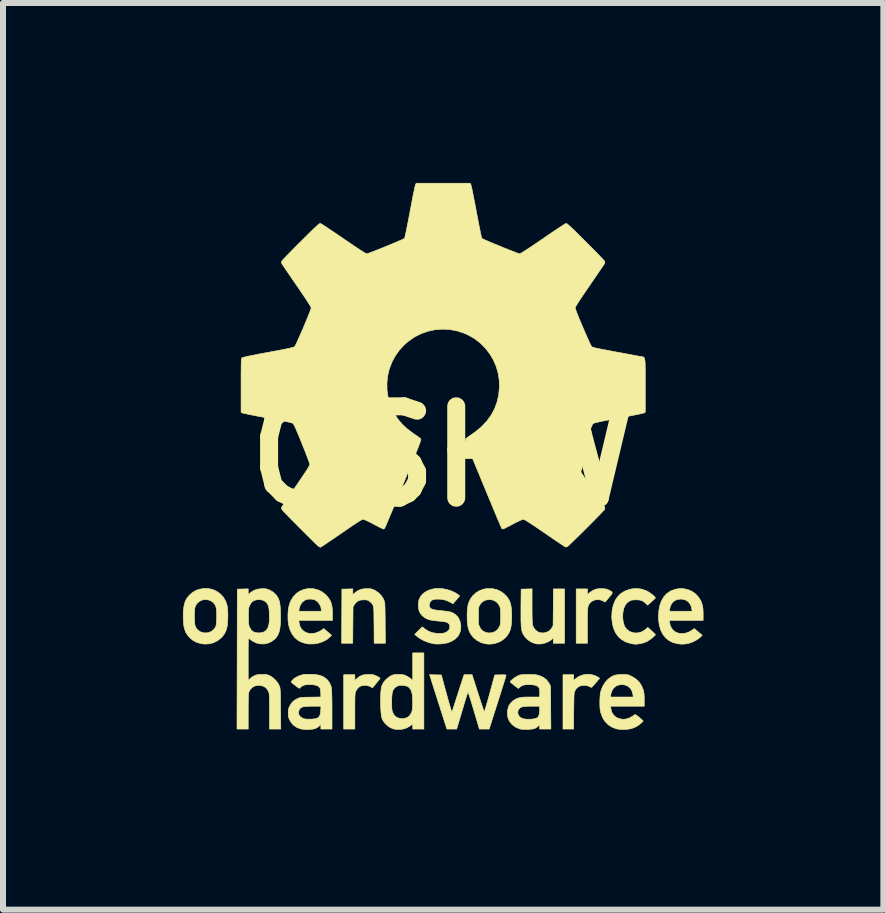
<source format=kicad_pcb>
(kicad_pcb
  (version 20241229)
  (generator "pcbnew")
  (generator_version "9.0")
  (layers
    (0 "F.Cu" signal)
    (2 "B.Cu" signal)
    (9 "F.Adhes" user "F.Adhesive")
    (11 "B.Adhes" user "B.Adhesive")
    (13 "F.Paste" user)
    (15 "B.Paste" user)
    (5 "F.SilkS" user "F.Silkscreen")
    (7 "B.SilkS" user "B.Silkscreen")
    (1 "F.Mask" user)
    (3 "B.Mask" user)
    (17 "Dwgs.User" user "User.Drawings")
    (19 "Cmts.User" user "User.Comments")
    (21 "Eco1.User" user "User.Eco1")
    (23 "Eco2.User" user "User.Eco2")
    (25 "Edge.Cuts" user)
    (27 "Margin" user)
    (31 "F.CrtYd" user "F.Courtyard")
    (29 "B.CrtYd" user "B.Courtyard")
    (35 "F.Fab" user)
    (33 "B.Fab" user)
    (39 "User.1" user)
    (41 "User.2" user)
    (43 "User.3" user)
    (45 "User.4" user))
  (footprint "OSHW"
    (layer "F.Cu")
    (at 4.34 4.56)
    (property "Reference" "OSHW" (at 0 0 0) (layer "F.SilkS") (effects (font (size 1.524 1.524) (thickness 0.3))))
    (attr through_hole)
    (fp_poly (pts (xy 2.456 3.636) (xy 2.52 3.651) (xy 2.57 3.675) (xy 2.609 3.7) (xy 2.544 3.776) (xy 2.518 3.806) (xy 2.496 3.83) (xy 2.481 3.847) (xy 2.473 3.852) (xy 2.463 3.849) (xy 2.443 3.84) (xy 2.434 3.835) (xy 2.398 3.823) (xy 2.354 3.819) (xy 2.311 3.821) (xy 2.276 3.832) (xy 2.275 3.832) (xy 2.24 3.853) (xy 2.215 3.879) (xy 2.198 3.907) (xy 2.194 3.917) (xy 2.19 3.927) (xy 2.187 3.94) (xy 2.184 3.957) (xy 2.182 3.98) (xy 2.181 4.011) (xy 2.18 4.052) (xy 2.179 4.105) (xy 2.178 4.171) (xy 2.177 4.244) (xy 2.175 4.547) (xy 1.998 4.547) (xy 1.998 3.641) (xy 2.176 3.641) (xy 2.176 3.736) (xy 2.207 3.708) (xy 2.262 3.67) (xy 2.324 3.646) (xy 2.39 3.634) (xy 2.456 3.636)) (stroke (width 0.01) (type solid)) (fill yes) (layer "F.SilkS"))
    (fp_poly (pts (xy -1.205 3.637) (xy -1.177 3.639) (xy -1.153 3.645) (xy -1.129 3.654) (xy -1.106 3.665) (xy -1.079 3.679) (xy -1.06 3.692) (xy -1.052 3.7) (xy -1.052 3.701) (xy -1.058 3.711) (xy -1.073 3.73) (xy -1.094 3.756) (xy -1.117 3.784) (xy -1.179 3.859) (xy -1.214 3.839) (xy -1.251 3.825) (xy -1.297 3.818) (xy -1.342 3.821) (xy -1.369 3.827) (xy -1.404 3.848) (xy -1.436 3.881) (xy -1.457 3.916) (xy -1.461 3.926) (xy -1.465 3.938) (xy -1.467 3.953) (xy -1.469 3.974) (xy -1.471 4.002) (xy -1.472 4.039) (xy -1.472 4.087) (xy -1.473 4.148) (xy -1.473 4.224) (xy -1.473 4.248) (xy -1.473 4.547) (xy -1.659 4.547) (xy -1.659 3.641) (xy -1.473 3.641) (xy -1.473 3.736) (xy -1.438 3.704) (xy -1.399 3.673) (xy -1.36 3.653) (xy -1.317 3.641) (xy -1.263 3.637) (xy -1.244 3.637) (xy -1.205 3.637)) (stroke (width 0.01) (type solid)) (fill yes) (layer "F.SilkS"))
    (fp_poly (pts (xy 2.637 2.206) (xy 2.677 2.207) (xy 2.707 2.21) (xy 2.731 2.216) (xy 2.757 2.227) (xy 2.761 2.229) (xy 2.792 2.245) (xy 2.811 2.257) (xy 2.819 2.27) (xy 2.816 2.286) (xy 2.802 2.308) (xy 2.777 2.339) (xy 2.765 2.353) (xy 2.7 2.429) (xy 2.661 2.408) (xy 2.614 2.392) (xy 2.565 2.388) (xy 2.518 2.398) (xy 2.475 2.419) (xy 2.445 2.448) (xy 2.435 2.463) (xy 2.426 2.477) (xy 2.419 2.494) (xy 2.414 2.513) (xy 2.411 2.539) (xy 2.408 2.572) (xy 2.406 2.613) (xy 2.405 2.667) (xy 2.405 2.733) (xy 2.405 2.813) (xy 2.405 2.825) (xy 2.405 3.116) (xy 2.218 3.116) (xy 2.218 2.21) (xy 2.405 2.21) (xy 2.405 2.305) (xy 2.436 2.277) (xy 2.462 2.258) (xy 2.495 2.238) (xy 2.514 2.228) (xy 2.541 2.217) (xy 2.566 2.21) (xy 2.596 2.207) (xy 2.637 2.206) (xy 2.637 2.206)) (stroke (width 0.01) (type solid)) (fill yes) (layer "F.SilkS"))
    (fp_poly (pts (xy 1.482 2.494) (xy 1.482 2.588) (xy 1.483 2.667) (xy 1.485 2.73) (xy 1.487 2.777) (xy 1.49 2.808) (xy 1.491 2.817) (xy 1.508 2.855) (xy 1.535 2.891) (xy 1.569 2.92) (xy 1.604 2.937) (xy 1.66 2.945) (xy 1.712 2.938) (xy 1.758 2.917) (xy 1.796 2.884) (xy 1.81 2.863) (xy 1.833 2.824) (xy 1.836 2.517) (xy 1.838 2.21) (xy 2.024 2.21) (xy 2.024 3.116) (xy 1.837 3.116) (xy 1.837 3.03) (xy 1.8 3.061) (xy 1.747 3.094) (xy 1.685 3.117) (xy 1.62 3.129) (xy 1.557 3.127) (xy 1.544 3.124) (xy 1.482 3.103) (xy 1.424 3.068) (xy 1.374 3.023) (xy 1.337 2.97) (xy 1.334 2.965) (xy 1.324 2.944) (xy 1.316 2.921) (xy 1.31 2.896) (xy 1.305 2.866) (xy 1.301 2.83) (xy 1.299 2.785) (xy 1.297 2.73) (xy 1.297 2.662) (xy 1.297 2.582) (xy 1.297 2.515) (xy 1.3 2.214) (xy 1.482 2.209) (xy 1.482 2.494)) (stroke (width 0.01) (type solid)) (fill yes) (layer "F.SilkS"))
    (fp_poly (pts (xy -1.235 2.206) (xy -1.207 2.209) (xy -1.183 2.215) (xy -1.157 2.226) (xy -1.141 2.233) (xy -1.082 2.271) (xy -1.033 2.32) (xy -0.996 2.378) (xy -0.989 2.394) (xy -0.984 2.407) (xy -0.98 2.419) (xy -0.977 2.433) (xy -0.974 2.45) (xy -0.972 2.473) (xy -0.971 2.502) (xy -0.97 2.54) (xy -0.969 2.589) (xy -0.968 2.649) (xy -0.967 2.724) (xy -0.967 2.779) (xy -0.964 3.116) (xy -1.151 3.116) (xy -1.153 2.813) (xy -1.154 2.733) (xy -1.155 2.669) (xy -1.155 2.618) (xy -1.156 2.578) (xy -1.158 2.547) (xy -1.16 2.525) (xy -1.162 2.508) (xy -1.165 2.496) (xy -1.169 2.485) (xy -1.174 2.476) (xy -1.175 2.474) (xy -1.195 2.447) (xy -1.221 2.422) (xy -1.229 2.415) (xy -1.252 2.402) (xy -1.273 2.395) (xy -1.301 2.392) (xy -1.324 2.392) (xy -1.378 2.396) (xy -1.419 2.41) (xy -1.453 2.436) (xy -1.477 2.468) (xy -1.503 2.509) (xy -1.508 3.116) (xy -1.693 3.116) (xy -1.689 2.214) (xy -1.598 2.212) (xy -1.507 2.209) (xy -1.507 2.304) (xy -1.47 2.274) (xy -1.424 2.241) (xy -1.379 2.22) (xy -1.33 2.209) (xy -1.274 2.206) (xy -1.235 2.206)) (stroke (width 0.01) (type solid)) (fill yes) (layer "F.SilkS"))
    (fp_poly (pts (xy -2.177 2.205) (xy -2.157 2.208) (xy -2.082 2.228) (xy -2.018 2.26) (xy -1.959 2.307) (xy -1.955 2.311) (xy -1.916 2.355) (xy -1.887 2.4) (xy -1.866 2.45) (xy -1.853 2.507) (xy -1.847 2.575) (xy -1.846 2.631) (xy -1.846 2.735) (xy -2.407 2.735) (xy -2.402 2.776) (xy -2.388 2.833) (xy -2.362 2.879) (xy -2.325 2.915) (xy -2.281 2.94) (xy -2.23 2.953) (xy -2.174 2.954) (xy -2.117 2.942) (xy -2.059 2.917) (xy -2.018 2.891) (xy -1.992 2.871) (xy -1.927 2.927) (xy -1.862 2.982) (xy -1.885 3.008) (xy -1.938 3.053) (xy -2.003 3.088) (xy -2.075 3.113) (xy -2.153 3.127) (xy -2.232 3.128) (xy -2.273 3.124) (xy -2.348 3.104) (xy -2.415 3.071) (xy -2.471 3.025) (xy -2.517 2.967) (xy -2.552 2.897) (xy -2.576 2.816) (xy -2.588 2.725) (xy -2.588 2.633) (xy -2.584 2.582) (xy -2.407 2.582) (xy -2.032 2.582) (xy -2.032 2.56) (xy -2.04 2.511) (xy -2.062 2.464) (xy -2.094 2.424) (xy -2.134 2.396) (xy -2.173 2.383) (xy -2.219 2.379) (xy -2.265 2.383) (xy -2.301 2.395) (xy -2.346 2.427) (xy -2.378 2.471) (xy -2.398 2.524) (xy -2.402 2.544) (xy -2.407 2.582) (xy -2.584 2.582) (xy -2.583 2.567) (xy -2.575 2.512) (xy -2.562 2.463) (xy -2.544 2.416) (xy -2.538 2.403) (xy -2.5 2.341) (xy -2.45 2.288) (xy -2.391 2.247) (xy -2.324 2.219) (xy -2.252 2.205) (xy -2.177 2.205)) (stroke (width 0.01) (type solid)) (fill yes) (layer "F.SilkS"))
    (fp_poly (pts (xy 4.017 2.207) (xy 4.087 2.224) (xy 4.152 2.253) (xy 4.21 2.295) (xy 4.259 2.348) (xy 4.298 2.412) (xy 4.319 2.471) (xy 4.328 2.509) (xy 4.333 2.555) (xy 4.335 2.611) (xy 4.335 2.631) (xy 4.335 2.735) (xy 3.776 2.735) (xy 3.776 2.763) (xy 3.783 2.81) (xy 3.803 2.857) (xy 3.833 2.897) (xy 3.833 2.898) (xy 3.876 2.93) (xy 3.926 2.949) (xy 3.982 2.955) (xy 4.041 2.948) (xy 4.1 2.928) (xy 4.156 2.895) (xy 4.162 2.891) (xy 4.187 2.871) (xy 4.254 2.928) (xy 4.32 2.984) (xy 4.279 3.022) (xy 4.23 3.058) (xy 4.171 3.09) (xy 4.108 3.114) (xy 4.064 3.124) (xy 4.015 3.13) (xy 3.973 3.131) (xy 3.928 3.127) (xy 3.903 3.123) (xy 3.828 3.103) (xy 3.762 3.069) (xy 3.706 3.022) (xy 3.661 2.963) (xy 3.626 2.892) (xy 3.603 2.81) (xy 3.591 2.717) (xy 3.59 2.674) (xy 3.596 2.574) (xy 3.599 2.558) (xy 3.776 2.558) (xy 3.776 2.582) (xy 4.151 2.582) (xy 4.146 2.544) (xy 4.131 2.487) (xy 4.103 2.441) (xy 4.065 2.407) (xy 4.017 2.386) (xy 3.962 2.379) (xy 3.907 2.386) (xy 3.86 2.406) (xy 3.825 2.436) (xy 3.803 2.467) (xy 3.786 2.506) (xy 3.777 2.546) (xy 3.776 2.558) (xy 3.599 2.558) (xy 3.613 2.485) (xy 3.641 2.407) (xy 3.68 2.341) (xy 3.73 2.287) (xy 3.791 2.246) (xy 3.797 2.243) (xy 3.87 2.216) (xy 3.944 2.204) (xy 4.017 2.207)) (stroke (width 0.01) (type solid)) (fill yes) (layer "F.SilkS"))
    (fp_poly (pts (xy 3.306 2.213) (xy 3.378 2.237) (xy 3.399 2.247) (xy 3.431 2.265) (xy 3.463 2.287) (xy 3.493 2.31) (xy 3.517 2.331) (xy 3.533 2.349) (xy 3.538 2.361) (xy 3.538 2.362) (xy 3.531 2.371) (xy 3.513 2.388) (xy 3.489 2.41) (xy 3.472 2.426) (xy 3.409 2.481) (xy 3.379 2.452) (xy 3.346 2.424) (xy 3.314 2.406) (xy 3.278 2.396) (xy 3.234 2.392) (xy 3.217 2.392) (xy 3.177 2.393) (xy 3.148 2.397) (xy 3.124 2.404) (xy 3.11 2.411) (xy 3.068 2.44) (xy 3.036 2.48) (xy 3.013 2.53) (xy 2.999 2.594) (xy 2.997 2.606) (xy 2.993 2.669) (xy 2.998 2.733) (xy 3.01 2.791) (xy 3.026 2.836) (xy 3.058 2.881) (xy 3.1 2.914) (xy 3.149 2.936) (xy 3.202 2.945) (xy 3.257 2.942) (xy 3.311 2.926) (xy 3.361 2.896) (xy 3.373 2.887) (xy 3.412 2.852) (xy 3.475 2.909) (xy 3.502 2.934) (xy 3.523 2.954) (xy 3.536 2.968) (xy 3.539 2.972) (xy 3.533 2.984) (xy 3.515 3.001) (xy 3.49 3.023) (xy 3.461 3.046) (xy 3.431 3.067) (xy 3.403 3.084) (xy 3.392 3.09) (xy 3.345 3.108) (xy 3.291 3.122) (xy 3.238 3.13) (xy 3.205 3.132) (xy 3.183 3.13) (xy 3.152 3.125) (xy 3.125 3.12) (xy 3.046 3.095) (xy 2.979 3.057) (xy 2.922 3.007) (xy 2.876 2.945) (xy 2.843 2.871) (xy 2.821 2.787) (xy 2.811 2.692) (xy 2.811 2.667) (xy 2.817 2.569) (xy 2.836 2.482) (xy 2.867 2.405) (xy 2.909 2.34) (xy 2.963 2.287) (xy 3.028 2.247) (xy 3.103 2.219) (xy 3.157 2.208) (xy 3.234 2.203) (xy 3.306 2.213)) (stroke (width 0.01) (type solid)) (fill yes) (layer "F.SilkS"))
    (fp_poly (pts (xy -3.906 2.205) (xy -3.835 2.223) (xy -3.77 2.254) (xy -3.712 2.297) (xy -3.664 2.35) (xy -3.627 2.414) (xy -3.603 2.485) (xy -3.599 2.506) (xy -3.594 2.55) (xy -3.591 2.604) (xy -3.59 2.664) (xy -3.592 2.723) (xy -3.595 2.779) (xy -3.6 2.824) (xy -3.603 2.84) (xy -3.62 2.902) (xy -3.644 2.953) (xy -3.678 3) (xy -3.699 3.023) (xy -3.76 3.072) (xy -3.828 3.107) (xy -3.902 3.126) (xy -3.98 3.13) (xy -4.047 3.121) (xy -4.118 3.098) (xy -4.181 3.062) (xy -4.225 3.023) (xy -4.262 2.981) (xy -4.291 2.936) (xy -4.311 2.884) (xy -4.325 2.825) (xy -4.332 2.754) (xy -4.335 2.671) (xy -4.335 2.664) (xy -4.148 2.664) (xy -4.147 2.692) (xy -4.146 2.742) (xy -4.144 2.779) (xy -4.14 2.806) (xy -4.136 2.825) (xy -4.13 2.842) (xy -4.125 2.851) (xy -4.094 2.894) (xy -4.052 2.924) (xy -4.003 2.941) (xy -3.948 2.944) (xy -3.907 2.937) (xy -3.859 2.915) (xy -3.819 2.88) (xy -3.8 2.851) (xy -3.792 2.834) (xy -3.786 2.817) (xy -3.783 2.794) (xy -3.78 2.763) (xy -3.778 2.721) (xy -3.778 2.692) (xy -3.777 2.632) (xy -3.778 2.581) (xy -3.782 2.541) (xy -3.784 2.525) (xy -3.803 2.477) (xy -3.833 2.438) (xy -3.872 2.41) (xy -3.917 2.393) (xy -3.965 2.387) (xy -4.014 2.394) (xy -4.06 2.414) (xy -4.095 2.443) (xy -4.114 2.466) (xy -4.129 2.491) (xy -4.139 2.52) (xy -4.145 2.557) (xy -4.148 2.604) (xy -4.148 2.664) (xy -4.335 2.664) (xy -4.333 2.585) (xy -4.325 2.512) (xy -4.312 2.451) (xy -4.293 2.399) (xy -4.266 2.354) (xy -4.231 2.314) (xy -4.222 2.305) (xy -4.173 2.265) (xy -4.123 2.236) (xy -4.064 2.215) (xy -4.058 2.214) (xy -3.981 2.202) (xy -3.906 2.205)) (stroke (width 0.01) (type solid)) (fill yes) (layer "F.SilkS"))
    (fp_poly (pts (xy -0.129 3.643) (xy -0.031 3.645) (xy 0.054 3.956) (xy 0.073 4.025) (xy 0.091 4.089) (xy 0.107 4.145) (xy 0.121 4.192) (xy 0.132 4.228) (xy 0.14 4.252) (xy 0.144 4.261) (xy 0.145 4.261) (xy 0.15 4.25) (xy 0.158 4.228) (xy 0.164 4.212) (xy 0.169 4.194) (xy 0.18 4.162) (xy 0.194 4.118) (xy 0.211 4.065) (xy 0.23 4.005) (xy 0.251 3.941) (xy 0.262 3.905) (xy 0.348 3.641) (xy 0.482 3.641) (xy 0.512 3.736) (xy 0.524 3.771) (xy 0.539 3.819) (xy 0.557 3.876) (xy 0.577 3.938) (xy 0.598 4.002) (xy 0.611 4.043) (xy 0.63 4.1) (xy 0.647 4.151) (xy 0.661 4.195) (xy 0.673 4.23) (xy 0.681 4.252) (xy 0.685 4.261) (xy 0.688 4.254) (xy 0.695 4.233) (xy 0.706 4.199) (xy 0.719 4.154) (xy 0.735 4.099) (xy 0.753 4.037) (xy 0.772 3.968) (xy 0.775 3.956) (xy 0.86 3.645) (xy 0.955 3.643) (xy 0.999 3.642) (xy 1.029 3.643) (xy 1.045 3.646) (xy 1.05 3.65) (xy 1.047 3.66) (xy 1.04 3.684) (xy 1.029 3.722) (xy 1.013 3.771) (xy 0.995 3.83) (xy 0.974 3.898) (xy 0.95 3.973) (xy 0.924 4.054) (xy 0.908 4.104) (xy 0.767 4.547) (xy 0.604 4.547) (xy 0.512 4.238) (xy 0.491 4.169) (xy 0.472 4.105) (xy 0.454 4.048) (xy 0.439 4.001) (xy 0.427 3.964) (xy 0.419 3.939) (xy 0.415 3.929) (xy 0.414 3.929) (xy 0.411 3.936) (xy 0.403 3.959) (xy 0.392 3.994) (xy 0.377 4.04) (xy 0.36 4.095) (xy 0.341 4.157) (xy 0.321 4.226) (xy 0.317 4.238) (xy 0.225 4.547) (xy 0.062 4.547) (xy -0.051 4.193) (xy -0.076 4.115) (xy -0.101 4.038) (xy -0.124 3.964) (xy -0.146 3.896) (xy -0.165 3.837) (xy -0.18 3.788) (xy -0.192 3.751) (xy -0.195 3.74) (xy -0.227 3.64) (xy -0.129 3.643)) (stroke (width 0.01) (type solid)) (fill yes) (layer "F.SilkS"))
    (fp_poly (pts (xy 0.819 2.205) (xy 0.895 2.222) (xy 0.965 2.255) (xy 1.028 2.303) (xy 1.029 2.304) (xy 1.065 2.343) (xy 1.094 2.385) (xy 1.115 2.432) (xy 1.13 2.487) (xy 1.139 2.553) (xy 1.142 2.631) (xy 1.143 2.667) (xy 1.141 2.748) (xy 1.135 2.815) (xy 1.125 2.871) (xy 1.109 2.919) (xy 1.086 2.961) (xy 1.057 3.001) (xy 1.041 3.018) (xy 0.985 3.067) (xy 0.922 3.101) (xy 0.858 3.12) (xy 0.811 3.128) (xy 0.77 3.131) (xy 0.727 3.128) (xy 0.696 3.123) (xy 0.629 3.104) (xy 0.566 3.07) (xy 0.51 3.025) (xy 0.464 2.97) (xy 0.44 2.927) (xy 0.42 2.873) (xy 0.407 2.809) (xy 0.4 2.733) (xy 0.4 2.663) (xy 0.588 2.663) (xy 0.589 2.716) (xy 0.589 2.755) (xy 0.591 2.784) (xy 0.593 2.805) (xy 0.598 2.821) (xy 0.604 2.836) (xy 0.61 2.848) (xy 0.635 2.888) (xy 0.667 2.915) (xy 0.707 2.934) (xy 0.748 2.944) (xy 0.788 2.944) (xy 0.834 2.934) (xy 0.836 2.934) (xy 0.88 2.912) (xy 0.916 2.878) (xy 0.942 2.833) (xy 0.948 2.817) (xy 0.953 2.792) (xy 0.956 2.754) (xy 0.958 2.707) (xy 0.958 2.657) (xy 0.958 2.608) (xy 0.955 2.564) (xy 0.952 2.53) (xy 0.949 2.517) (xy 0.928 2.471) (xy 0.895 2.433) (xy 0.852 2.405) (xy 0.804 2.39) (xy 0.779 2.388) (xy 0.72 2.394) (xy 0.671 2.414) (xy 0.632 2.447) (xy 0.607 2.484) (xy 0.6 2.498) (xy 0.595 2.513) (xy 0.592 2.531) (xy 0.59 2.555) (xy 0.589 2.59) (xy 0.588 2.636) (xy 0.588 2.663) (xy 0.4 2.663) (xy 0.399 2.644) (xy 0.4 2.616) (xy 0.404 2.553) (xy 0.41 2.503) (xy 0.418 2.463) (xy 0.423 2.447) (xy 0.453 2.379) (xy 0.497 2.32) (xy 0.552 2.271) (xy 0.617 2.234) (xy 0.689 2.211) (xy 0.738 2.204) (xy 0.819 2.205)) (stroke (width 0.01) (type solid)) (fill yes) (layer "F.SilkS"))
    (fp_poly (pts (xy 3.026 3.637) (xy 3.056 3.638) (xy 3.079 3.642) (xy 3.101 3.649) (xy 3.126 3.66) (xy 3.141 3.667) (xy 3.21 3.709) (xy 3.265 3.76) (xy 3.307 3.822) (xy 3.336 3.893) (xy 3.344 3.924) (xy 3.349 3.957) (xy 3.352 3.997) (xy 3.353 4.049) (xy 3.353 4.056) (xy 3.353 4.166) (xy 2.792 4.166) (xy 2.797 4.209) (xy 2.811 4.265) (xy 2.84 4.312) (xy 2.881 4.349) (xy 2.933 4.373) (xy 2.936 4.374) (xy 2.993 4.384) (xy 3.05 4.38) (xy 3.108 4.361) (xy 3.168 4.326) (xy 3.197 4.306) (xy 3.208 4.307) (xy 3.229 4.32) (xy 3.261 4.345) (xy 3.269 4.352) (xy 3.296 4.375) (xy 3.318 4.395) (xy 3.331 4.408) (xy 3.334 4.412) (xy 3.33 4.42) (xy 3.314 4.436) (xy 3.292 4.456) (xy 3.265 4.476) (xy 3.238 4.495) (xy 3.217 4.508) (xy 3.186 4.522) (xy 3.148 4.536) (xy 3.128 4.542) (xy 3.087 4.549) (xy 3.037 4.553) (xy 2.983 4.554) (xy 2.933 4.551) (xy 2.892 4.544) (xy 2.887 4.543) (xy 2.813 4.514) (xy 2.75 4.473) (xy 2.697 4.418) (xy 2.656 4.351) (xy 2.627 4.272) (xy 2.624 4.259) (xy 2.617 4.221) (xy 2.613 4.171) (xy 2.612 4.114) (xy 2.613 4.055) (xy 2.616 3.999) (xy 2.617 3.989) (xy 2.794 3.989) (xy 2.794 4.013) (xy 3.169 4.013) (xy 3.164 3.97) (xy 3.15 3.916) (xy 3.123 3.87) (xy 3.084 3.835) (xy 3.076 3.83) (xy 3.029 3.811) (xy 2.979 3.805) (xy 2.929 3.812) (xy 2.883 3.83) (xy 2.846 3.86) (xy 2.837 3.871) (xy 2.817 3.904) (xy 2.802 3.943) (xy 2.794 3.98) (xy 2.794 3.989) (xy 2.617 3.989) (xy 2.622 3.95) (xy 2.628 3.92) (xy 2.658 3.839) (xy 2.7 3.77) (xy 2.744 3.721) (xy 2.786 3.687) (xy 2.828 3.662) (xy 2.873 3.647) (xy 2.926 3.639) (xy 2.985 3.637) (xy 3.026 3.637)) (stroke (width 0.01) (type solid)) (fill yes) (layer "F.SilkS"))
    (fp_poly (pts (xy -0.322 4.547) (xy -0.508 4.547) (xy -0.508 4.461) (xy -0.542 4.488) (xy -0.603 4.526) (xy -0.67 4.548) (xy -0.737 4.554) (xy -0.774 4.553) (xy -0.809 4.548) (xy -0.835 4.543) (xy -0.888 4.519) (xy -0.937 4.484) (xy -0.979 4.441) (xy -1.01 4.394) (xy -1.02 4.371) (xy -1.028 4.337) (xy -1.035 4.29) (xy -1.039 4.233) (xy -1.043 4.169) (xy -1.044 4.102) (xy -1.044 4.094) (xy -0.859 4.094) (xy -0.858 4.149) (xy -0.857 4.191) (xy -0.854 4.223) (xy -0.849 4.248) (xy -0.844 4.265) (xy -0.822 4.308) (xy -0.791 4.341) (xy -0.754 4.361) (xy -0.739 4.365) (xy -0.716 4.369) (xy -0.7 4.372) (xy -0.699 4.373) (xy -0.678 4.374) (xy -0.649 4.37) (xy -0.618 4.361) (xy -0.591 4.349) (xy -0.59 4.349) (xy -0.565 4.329) (xy -0.543 4.299) (xy -0.535 4.285) (xy -0.526 4.264) (xy -0.519 4.244) (xy -0.515 4.222) (xy -0.512 4.194) (xy -0.51 4.154) (xy -0.509 4.123) (xy -0.51 4.04) (xy -0.516 3.972) (xy -0.528 3.919) (xy -0.548 3.878) (xy -0.575 3.848) (xy -0.61 3.83) (xy -0.654 3.821) (xy -0.66 3.82) (xy -0.711 3.819) (xy -0.75 3.825) (xy -0.782 3.84) (xy -0.8 3.853) (xy -0.821 3.875) (xy -0.836 3.901) (xy -0.847 3.934) (xy -0.854 3.976) (xy -0.858 4.03) (xy -0.859 4.094) (xy -1.044 4.094) (xy -1.044 4.035) (xy -1.042 3.971) (xy -1.038 3.913) (xy -1.032 3.865) (xy -1.025 3.83) (xy -1.024 3.827) (xy -0.995 3.769) (xy -0.952 3.718) (xy -0.898 3.675) (xy -0.872 3.66) (xy -0.848 3.649) (xy -0.826 3.642) (xy -0.801 3.638) (xy -0.768 3.637) (xy -0.745 3.636) (xy -0.704 3.637) (xy -0.674 3.64) (xy -0.649 3.646) (xy -0.624 3.655) (xy -0.618 3.658) (xy -0.586 3.676) (xy -0.554 3.696) (xy -0.539 3.708) (xy -0.508 3.736) (xy -0.508 3.277) (xy -0.322 3.277) (xy -0.322 4.547)) (stroke (width 0.01) (type solid)) (fill yes) (layer "F.SilkS"))
    (fp_poly (pts (xy -0.006 2.207) (xy 0.066 2.221) (xy 0.136 2.244) (xy 0.199 2.273) (xy 0.25 2.306) (xy 0.275 2.326) (xy 0.244 2.363) (xy 0.221 2.391) (xy 0.198 2.418) (xy 0.188 2.429) (xy 0.164 2.458) (xy 0.118 2.432) (xy 0.051 2.401) (xy -0.018 2.384) (xy -0.092 2.38) (xy -0.098 2.38) (xy -0.137 2.383) (xy -0.164 2.388) (xy -0.184 2.396) (xy -0.192 2.401) (xy -0.215 2.426) (xy -0.229 2.458) (xy -0.232 2.491) (xy -0.228 2.507) (xy -0.215 2.529) (xy -0.195 2.544) (xy -0.165 2.555) (xy -0.122 2.563) (xy -0.099 2.566) (xy -0.031 2.573) (xy 0.022 2.579) (xy 0.063 2.585) (xy 0.095 2.59) (xy 0.118 2.594) (xy 0.136 2.6) (xy 0.152 2.605) (xy 0.159 2.609) (xy 0.212 2.643) (xy 0.251 2.687) (xy 0.278 2.743) (xy 0.293 2.81) (xy 0.294 2.823) (xy 0.292 2.891) (xy 0.274 2.952) (xy 0.242 3.005) (xy 0.195 3.05) (xy 0.134 3.086) (xy 0.07 3.11) (xy 0.027 3.119) (xy -0.025 3.126) (xy -0.08 3.129) (xy -0.13 3.128) (xy -0.157 3.125) (xy -0.237 3.106) (xy -0.315 3.076) (xy -0.386 3.038) (xy -0.439 2.999) (xy -0.475 2.968) (xy -0.349 2.843) (xy -0.304 2.878) (xy -0.246 2.915) (xy -0.184 2.939) (xy -0.114 2.951) (xy -0.093 2.953) (xy -0.033 2.953) (xy 0.014 2.946) (xy 0.052 2.931) (xy 0.082 2.908) (xy 0.1 2.887) (xy 0.109 2.866) (xy 0.11 2.842) (xy 0.108 2.815) (xy 0.099 2.797) (xy 0.085 2.783) (xy 0.074 2.775) (xy 0.063 2.768) (xy 0.048 2.763) (xy 0.027 2.759) (xy -0.003 2.754) (xy -0.044 2.75) (xy -0.099 2.744) (xy -0.113 2.743) (xy -0.155 2.738) (xy -0.196 2.732) (xy -0.229 2.725) (xy -0.244 2.721) (xy -0.304 2.693) (xy -0.353 2.653) (xy -0.389 2.604) (xy -0.402 2.573) (xy -0.411 2.533) (xy -0.414 2.485) (xy -0.412 2.435) (xy -0.403 2.391) (xy -0.401 2.385) (xy -0.375 2.333) (xy -0.335 2.288) (xy -0.282 2.251) (xy -0.22 2.224) (xy -0.149 2.207) (xy -0.076 2.201) (xy -0.006 2.207)) (stroke (width 0.01) (type solid)) (fill yes) (layer "F.SilkS"))
    (fp_poly (pts (xy 1.474 3.637) (xy 1.512 3.638) (xy 1.543 3.641) (xy 1.569 3.646) (xy 1.594 3.653) (xy 1.607 3.657) (xy 1.671 3.685) (xy 1.723 3.726) (xy 1.763 3.778) (xy 1.768 3.788) (xy 1.791 3.831) (xy 1.793 4.189) (xy 1.796 4.547) (xy 1.609 4.547) (xy 1.609 4.476) (xy 1.585 4.497) (xy 1.56 4.519) (xy 1.534 4.534) (xy 1.504 4.544) (xy 1.466 4.549) (xy 1.416 4.552) (xy 1.405 4.553) (xy 1.346 4.552) (xy 1.301 4.549) (xy 1.274 4.544) (xy 1.206 4.514) (xy 1.15 4.473) (xy 1.108 4.422) (xy 1.091 4.39) (xy 1.076 4.341) (xy 1.07 4.285) (xy 1.245 4.285) (xy 1.257 4.318) (xy 1.281 4.347) (xy 1.316 4.369) (xy 1.328 4.373) (xy 1.361 4.38) (xy 1.402 4.383) (xy 1.448 4.383) (xy 1.493 4.38) (xy 1.531 4.373) (xy 1.557 4.365) (xy 1.582 4.346) (xy 1.598 4.316) (xy 1.606 4.275) (xy 1.609 4.229) (xy 1.609 4.166) (xy 1.481 4.166) (xy 1.429 4.166) (xy 1.383 4.168) (xy 1.346 4.171) (xy 1.322 4.175) (xy 1.319 4.176) (xy 1.282 4.194) (xy 1.258 4.22) (xy 1.245 4.252) (xy 1.245 4.285) (xy 1.07 4.285) (xy 1.07 4.284) (xy 1.075 4.226) (xy 1.089 4.174) (xy 1.091 4.167) (xy 1.123 4.116) (xy 1.168 4.073) (xy 1.222 4.041) (xy 1.251 4.03) (xy 1.274 4.024) (xy 1.298 4.019) (xy 1.326 4.016) (xy 1.362 4.014) (xy 1.408 4.013) (xy 1.457 4.013) (xy 1.609 4.013) (xy 1.609 3.942) (xy 1.608 3.905) (xy 1.605 3.879) (xy 1.599 3.862) (xy 1.592 3.85) (xy 1.568 3.829) (xy 1.533 3.816) (xy 1.485 3.808) (xy 1.444 3.807) (xy 1.39 3.807) (xy 1.35 3.812) (xy 1.318 3.822) (xy 1.292 3.837) (xy 1.283 3.845) (xy 1.254 3.87) (xy 1.186 3.819) (xy 1.157 3.796) (xy 1.134 3.777) (xy 1.121 3.764) (xy 1.118 3.76) (xy 1.124 3.747) (xy 1.142 3.73) (xy 1.167 3.709) (xy 1.196 3.688) (xy 1.225 3.67) (xy 1.25 3.657) (xy 1.251 3.656) (xy 1.273 3.648) (xy 1.294 3.643) (xy 1.319 3.64) (xy 1.351 3.638) (xy 1.394 3.637) (xy 1.422 3.637) (xy 1.474 3.637)) (stroke (width 0.01) (type solid)) (fill yes) (layer "F.SilkS"))
    (fp_poly (pts (xy -2.192 3.635) (xy -2.137 3.638) (xy -2.088 3.645) (xy -2.052 3.653) (xy -1.989 3.68) (xy -1.937 3.72) (xy -1.897 3.771) (xy -1.87 3.832) (xy -1.864 3.858) (xy -1.861 3.882) (xy -1.859 3.922) (xy -1.857 3.978) (xy -1.855 4.049) (xy -1.854 4.135) (xy -1.854 4.226) (xy -1.854 4.547) (xy -2.04 4.547) (xy -2.04 4.47) (xy -2.07 4.499) (xy -2.105 4.526) (xy -2.144 4.542) (xy -2.181 4.549) (xy -2.229 4.553) (xy -2.281 4.554) (xy -2.331 4.551) (xy -2.372 4.545) (xy -2.38 4.543) (xy -2.444 4.518) (xy -2.498 4.48) (xy -2.541 4.429) (xy -2.562 4.39) (xy -2.574 4.361) (xy -2.58 4.331) (xy -2.582 4.293) (xy -2.582 4.279) (xy -2.582 4.263) (xy -2.412 4.263) (xy -2.409 4.3) (xy -2.39 4.333) (xy -2.359 4.359) (xy -2.315 4.377) (xy -2.314 4.377) (xy -2.287 4.381) (xy -2.25 4.382) (xy -2.209 4.382) (xy -2.168 4.379) (xy -2.132 4.375) (xy -2.107 4.369) (xy -2.103 4.367) (xy -2.077 4.35) (xy -2.06 4.327) (xy -2.049 4.295) (xy -2.043 4.25) (xy -2.042 4.238) (xy -2.038 4.166) (xy -2.177 4.166) (xy -2.242 4.167) (xy -2.293 4.17) (xy -2.331 4.175) (xy -2.359 4.184) (xy -2.38 4.197) (xy -2.394 4.215) (xy -2.4 4.224) (xy -2.412 4.263) (xy -2.582 4.263) (xy -2.581 4.241) (xy -2.578 4.213) (xy -2.57 4.187) (xy -2.556 4.159) (xy -2.53 4.115) (xy -2.499 4.082) (xy -2.458 4.054) (xy -2.43 4.039) (xy -2.413 4.032) (xy -2.398 4.026) (xy -2.381 4.022) (xy -2.359 4.019) (xy -2.329 4.018) (xy -2.29 4.016) (xy -2.238 4.015) (xy -2.211 4.015) (xy -2.039 4.012) (xy -2.042 3.941) (xy -2.044 3.905) (xy -2.048 3.88) (xy -2.054 3.864) (xy -2.064 3.85) (xy -2.065 3.849) (xy -2.089 3.83) (xy -2.12 3.817) (xy -2.161 3.809) (xy -2.215 3.806) (xy -2.227 3.806) (xy -2.268 3.807) (xy -2.298 3.81) (xy -2.321 3.816) (xy -2.343 3.825) (xy -2.344 3.826) (xy -2.366 3.839) (xy -2.382 3.853) (xy -2.385 3.857) (xy -2.39 3.865) (xy -2.398 3.866) (xy -2.412 3.86) (xy -2.434 3.845) (xy -2.466 3.821) (xy -2.476 3.813) (xy -2.505 3.79) (xy -2.523 3.775) (xy -2.531 3.765) (xy -2.532 3.756) (xy -2.527 3.747) (xy -2.526 3.746) (xy -2.497 3.714) (xy -2.456 3.685) (xy -2.405 3.66) (xy -2.351 3.643) (xy -2.338 3.64) (xy -2.298 3.635) (xy -2.247 3.634) (xy -2.192 3.635)) (stroke (width 0.01) (type solid)) (fill yes) (layer "F.SilkS"))
    (fp_poly (pts (xy -2.974 2.207) (xy -2.943 2.211) (xy -2.917 2.219) (xy -2.896 2.228) (xy -2.833 2.265) (xy -2.783 2.313) (xy -2.748 2.37) (xy -2.73 2.419) (xy -2.724 2.454) (xy -2.718 2.502) (xy -2.714 2.56) (xy -2.712 2.623) (xy -2.711 2.687) (xy -2.712 2.748) (xy -2.715 2.803) (xy -2.717 2.823) (xy -2.726 2.889) (xy -2.741 2.943) (xy -2.761 2.987) (xy -2.789 3.026) (xy -2.804 3.042) (xy -2.859 3.085) (xy -2.92 3.114) (xy -2.985 3.128) (xy -3.051 3.127) (xy -3.118 3.111) (xy -3.181 3.079) (xy -3.212 3.057) (xy -3.232 3.042) (xy -3.245 3.033) (xy -3.248 3.031) (xy -3.249 3.039) (xy -3.249 3.063) (xy -3.25 3.099) (xy -3.25 3.148) (xy -3.251 3.206) (xy -3.251 3.273) (xy -3.251 3.345) (xy -3.251 3.383) (xy -3.251 3.736) (xy -3.224 3.709) (xy -3.2 3.69) (xy -3.17 3.67) (xy -3.15 3.659) (xy -3.126 3.649) (xy -3.104 3.642) (xy -3.079 3.638) (xy -3.045 3.637) (xy -3.018 3.636) (xy -2.978 3.637) (xy -2.949 3.639) (xy -2.926 3.644) (xy -2.904 3.652) (xy -2.884 3.661) (xy -2.834 3.695) (xy -2.787 3.74) (xy -2.75 3.791) (xy -2.733 3.825) (xy -2.728 3.838) (xy -2.724 3.85) (xy -2.721 3.864) (xy -2.719 3.881) (xy -2.717 3.904) (xy -2.715 3.933) (xy -2.714 3.971) (xy -2.713 4.02) (xy -2.712 4.08) (xy -2.712 4.155) (xy -2.711 4.21) (xy -2.708 4.547) (xy -2.896 4.547) (xy -2.896 4.261) (xy -2.896 4.186) (xy -2.897 4.118) (xy -2.898 4.058) (xy -2.899 4.009) (xy -2.901 3.972) (xy -2.903 3.949) (xy -2.904 3.944) (xy -2.926 3.894) (xy -2.959 3.856) (xy -3.002 3.831) (xy -3.055 3.819) (xy -3.072 3.819) (xy -3.128 3.825) (xy -3.175 3.846) (xy -3.212 3.88) (xy -3.238 3.927) (xy -3.242 3.936) (xy -3.245 3.955) (xy -3.247 3.989) (xy -3.249 4.041) (xy -3.25 4.109) (xy -3.251 4.193) (xy -3.251 4.256) (xy -3.251 4.547) (xy -3.438 4.547) (xy -3.435 3.38) (xy -3.434 2.667) (xy -3.247 2.667) (xy -3.247 2.72) (xy -3.246 2.759) (xy -3.244 2.788) (xy -3.241 2.809) (xy -3.237 2.827) (xy -3.23 2.844) (xy -3.227 2.851) (xy -3.202 2.894) (xy -3.169 2.923) (xy -3.128 2.939) (xy -3.076 2.944) (xy -3.058 2.943) (xy -3.018 2.938) (xy -2.986 2.926) (xy -2.973 2.918) (xy -2.944 2.893) (xy -2.923 2.858) (xy -2.908 2.812) (xy -2.899 2.753) (xy -2.897 2.681) (xy -2.898 2.633) (xy -2.901 2.576) (xy -2.906 2.532) (xy -2.914 2.497) (xy -2.925 2.469) (xy -2.941 2.444) (xy -2.969 2.417) (xy -3.008 2.398) (xy -3.054 2.389) (xy -3.102 2.39) (xy -3.147 2.401) (xy -3.158 2.407) (xy -3.182 2.421) (xy -3.2 2.44) (xy -3.218 2.469) (xy -3.222 2.477) (xy -3.231 2.496) (xy -3.238 2.512) (xy -3.242 2.529) (xy -3.245 2.55) (xy -3.246 2.579) (xy -3.247 2.617) (xy -3.247 2.667) (xy -3.434 2.667) (xy -3.433 2.214) (xy -3.251 2.209) (xy -3.251 2.304) (xy -3.216 2.274) (xy -3.164 2.239) (xy -3.106 2.216) (xy -3.038 2.207) (xy -3.014 2.206) (xy -2.974 2.207)) (stroke (width 0.01) (type solid)) (fill yes) (layer "F.SilkS"))
    (fp_poly (pts (xy 0.46 -4.536) (xy 0.464 -4.524) (xy 0.471 -4.497) (xy 0.48 -4.457) (xy 0.491 -4.405) (xy 0.503 -4.343) (xy 0.517 -4.272) (xy 0.532 -4.195) (xy 0.548 -4.112) (xy 0.553 -4.082) (xy 0.571 -3.989) (xy 0.587 -3.905) (xy 0.602 -3.83) (xy 0.615 -3.765) (xy 0.626 -3.712) (xy 0.635 -3.671) (xy 0.642 -3.645) (xy 0.646 -3.635) (xy 0.657 -3.629) (xy 0.681 -3.617) (xy 0.717 -3.601) (xy 0.763 -3.581) (xy 0.816 -3.559) (xy 0.874 -3.535) (xy 0.935 -3.51) (xy 0.997 -3.484) (xy 1.058 -3.46) (xy 1.115 -3.437) (xy 1.167 -3.417) (xy 1.211 -3.4) (xy 1.245 -3.387) (xy 1.268 -3.38) (xy 1.276 -3.378) (xy 1.289 -3.383) (xy 1.315 -3.398) (xy 1.354 -3.423) (xy 1.407 -3.457) (xy 1.473 -3.5) (xy 1.552 -3.554) (xy 1.643 -3.616) (xy 1.663 -3.629) (xy 1.733 -3.678) (xy 1.8 -3.723) (xy 1.862 -3.765) (xy 1.917 -3.802) (xy 1.964 -3.833) (xy 2.002 -3.857) (xy 2.03 -3.875) (xy 2.045 -3.883) (xy 2.048 -3.884) (xy 2.053 -3.884) (xy 2.062 -3.88) (xy 2.075 -3.871) (xy 2.092 -3.856) (xy 2.115 -3.836) (xy 2.145 -3.808) (xy 2.183 -3.772) (xy 2.229 -3.727) (xy 2.285 -3.671) (xy 2.351 -3.605) (xy 2.376 -3.58) (xy 2.436 -3.52) (xy 2.493 -3.463) (xy 2.545 -3.411) (xy 2.591 -3.364) (xy 2.629 -3.323) (xy 2.66 -3.291) (xy 2.681 -3.267) (xy 2.692 -3.254) (xy 2.693 -3.253) (xy 2.696 -3.228) (xy 2.693 -3.218) (xy 2.686 -3.208) (xy 2.671 -3.185) (xy 2.649 -3.152) (xy 2.619 -3.109) (xy 2.584 -3.057) (xy 2.544 -2.998) (xy 2.5 -2.934) (xy 2.453 -2.865) (xy 2.443 -2.85) (xy 2.383 -2.763) (xy 2.333 -2.689) (xy 2.291 -2.627) (xy 2.258 -2.576) (xy 2.233 -2.537) (xy 2.216 -2.507) (xy 2.205 -2.487) (xy 2.201 -2.476) (xy 2.201 -2.475) (xy 2.205 -2.461) (xy 2.214 -2.434) (xy 2.229 -2.396) (xy 2.247 -2.349) (xy 2.269 -2.294) (xy 2.294 -2.235) (xy 2.32 -2.173) (xy 2.347 -2.111) (xy 2.373 -2.05) (xy 2.399 -1.992) (xy 2.422 -1.94) (xy 2.442 -1.896) (xy 2.459 -1.861) (xy 2.471 -1.839) (xy 2.476 -1.832) (xy 2.482 -1.827) (xy 2.493 -1.822) (xy 2.509 -1.816) (xy 2.532 -1.81) (xy 2.564 -1.803) (xy 2.606 -1.794) (xy 2.659 -1.783) (xy 2.725 -1.771) (xy 2.806 -1.756) (xy 2.866 -1.744) (xy 2.945 -1.73) (xy 3.021 -1.716) (xy 3.091 -1.703) (xy 3.154 -1.691) (xy 3.208 -1.681) (xy 3.25 -1.673) (xy 3.279 -1.668) (xy 3.289 -1.666) (xy 3.307 -1.664) (xy 3.321 -1.662) (xy 3.334 -1.659) (xy 3.344 -1.653) (xy 3.352 -1.645) (xy 3.358 -1.631) (xy 3.362 -1.611) (xy 3.366 -1.584) (xy 3.368 -1.548) (xy 3.369 -1.501) (xy 3.37 -1.443) (xy 3.37 -1.372) (xy 3.37 -1.287) (xy 3.37 -1.186) (xy 3.37 -0.737) (xy 3.351 -0.725) (xy 3.339 -0.721) (xy 3.312 -0.715) (xy 3.272 -0.706) (xy 3.22 -0.695) (xy 3.158 -0.683) (xy 3.089 -0.669) (xy 3.012 -0.654) (xy 2.931 -0.639) (xy 2.925 -0.638) (xy 2.828 -0.62) (xy 2.747 -0.605) (xy 2.679 -0.592) (xy 2.625 -0.581) (xy 2.582 -0.571) (xy 2.55 -0.564) (xy 2.526 -0.557) (xy 2.511 -0.552) (xy 2.501 -0.547) (xy 2.5 -0.546) (xy 2.493 -0.535) (xy 2.48 -0.509) (xy 2.463 -0.472) (xy 2.443 -0.425) (xy 2.419 -0.371) (xy 2.394 -0.312) (xy 2.368 -0.248) (xy 2.342 -0.184) (xy 2.317 -0.12) (xy 2.293 -0.059) (xy 2.271 -0.003) (xy 2.252 0.046) (xy 2.238 0.086) (xy 2.228 0.115) (xy 2.225 0.131) (xy 2.224 0.132) (xy 2.226 0.141) (xy 2.231 0.154) (xy 2.241 0.172) (xy 2.256 0.198) (xy 2.276 0.231) (xy 2.304 0.273) (xy 2.339 0.325) (xy 2.382 0.389) (xy 2.434 0.464) (xy 2.452 0.492) (xy 2.499 0.559) (xy 2.542 0.623) (xy 2.582 0.682) (xy 2.617 0.733) (xy 2.647 0.777) (xy 2.669 0.811) (xy 2.685 0.834) (xy 2.691 0.845) (xy 2.697 0.862) (xy 2.692 0.882) (xy 2.689 0.887) (xy 2.68 0.898) (xy 2.661 0.919) (xy 2.633 0.949) (xy 2.597 0.986) (xy 2.554 1.03) (xy 2.507 1.078) (xy 2.456 1.129) (xy 2.402 1.183) (xy 2.349 1.236) (xy 2.296 1.289) (xy 2.245 1.339) (xy 2.198 1.385) (xy 2.156 1.426) (xy 2.12 1.46) (xy 2.093 1.486) (xy 2.074 1.502) (xy 2.068 1.506) (xy 2.047 1.512) (xy 2.03 1.506) (xy 2.02 1.499) (xy 1.997 1.484) (xy 1.963 1.461) (xy 1.919 1.432) (xy 1.867 1.397) (xy 1.809 1.357) (xy 1.746 1.314) (xy 1.686 1.273) (xy 1.605 1.218) (xy 1.537 1.171) (xy 1.48 1.134) (xy 1.435 1.104) (xy 1.399 1.081) (xy 1.372 1.065) (xy 1.352 1.055) (xy 1.34 1.05) (xy 1.335 1.05) (xy 1.318 1.054) (xy 1.287 1.067) (xy 1.244 1.087) (xy 1.19 1.114) (xy 1.16 1.13) (xy 1.114 1.155) (xy 1.072 1.176) (xy 1.037 1.194) (xy 1.011 1.206) (xy 0.998 1.211) (xy 0.997 1.211) (xy 0.981 1.205) (xy 0.976 1.2) (xy 0.971 1.191) (xy 0.961 1.167) (xy 0.945 1.13) (xy 0.924 1.08) (xy 0.898 1.02) (xy 0.869 0.949) (xy 0.835 0.869) (xy 0.799 0.781) (xy 0.759 0.686) (xy 0.718 0.586) (xy 0.674 0.481) (xy 0.665 0.459) (xy 0.613 0.332) (xy 0.566 0.219) (xy 0.525 0.12) (xy 0.49 0.034) (xy 0.461 -0.039) (xy 0.436 -0.102) (xy 0.416 -0.153) (xy 0.4 -0.195) (xy 0.387 -0.228) (xy 0.379 -0.253) (xy 0.374 -0.27) (xy 0.372 -0.281) (xy 0.372 -0.287) (xy 0.372 -0.287) (xy 0.383 -0.3) (xy 0.405 -0.317) (xy 0.425 -0.331) (xy 0.543 -0.414) (xy 0.645 -0.5) (xy 0.731 -0.592) (xy 0.801 -0.689) (xy 0.857 -0.793) (xy 0.898 -0.904) (xy 0.925 -1.021) (xy 0.937 -1.144) (xy 0.935 -1.266) (xy 0.917 -1.385) (xy 0.884 -1.5) (xy 0.836 -1.61) (xy 0.775 -1.712) (xy 0.702 -1.806) (xy 0.617 -1.891) (xy 0.522 -1.964) (xy 0.416 -2.024) (xy 0.351 -2.053) (xy 0.232 -2.092) (xy 0.111 -2.115) (xy -0.011 -2.121) (xy -0.132 -2.112) (xy -0.25 -2.087) (xy -0.365 -2.047) (xy -0.474 -1.993) (xy -0.576 -1.923) (xy -0.647 -1.862) (xy -0.731 -1.771) (xy -0.801 -1.672) (xy -0.857 -1.566) (xy -0.899 -1.455) (xy -0.926 -1.34) (xy -0.938 -1.223) (xy -0.936 -1.105) (xy -0.919 -0.988) (xy -0.887 -0.873) (xy -0.84 -0.761) (xy -0.778 -0.655) (xy -0.749 -0.614) (xy -0.683 -0.536) (xy -0.601 -0.46) (xy -0.503 -0.385) (xy -0.43 -0.336) (xy -0.404 -0.317) (xy -0.383 -0.3) (xy -0.372 -0.288) (xy -0.372 -0.283) (xy -0.373 -0.273) (xy -0.377 -0.258) (xy -0.384 -0.237) (xy -0.394 -0.209) (xy -0.408 -0.173) (xy -0.425 -0.128) (xy -0.447 -0.073) (xy -0.473 -0.008) (xy -0.505 0.069) (xy -0.541 0.159) (xy -0.584 0.261) (xy -0.632 0.378) (xy -0.665 0.459) (xy -0.709 0.565) (xy -0.751 0.666) (xy -0.791 0.762) (xy -0.828 0.852) (xy -0.862 0.933) (xy -0.893 1.006) (xy -0.919 1.069) (xy -0.941 1.121) (xy -0.958 1.161) (xy -0.97 1.187) (xy -0.975 1.2) (xy -0.976 1.2) (xy -0.99 1.21) (xy -0.997 1.211) (xy -1.008 1.207) (xy -1.031 1.196) (xy -1.064 1.18) (xy -1.105 1.159) (xy -1.151 1.135) (xy -1.159 1.13) (xy -1.218 1.1) (xy -1.266 1.076) (xy -1.303 1.059) (xy -1.328 1.051) (xy -1.335 1.05) (xy -1.346 1.052) (xy -1.364 1.06) (xy -1.39 1.075) (xy -1.424 1.096) (xy -1.469 1.126) (xy -1.525 1.163) (xy -1.584 1.203) (xy -1.678 1.268) (xy -1.758 1.323) (xy -1.826 1.369) (xy -1.884 1.408) (xy -1.931 1.44) (xy -1.968 1.466) (xy -1.997 1.485) (xy -2.019 1.499) (xy -2.033 1.508) (xy -2.043 1.514) (xy -2.047 1.515) (xy -2.047 1.516) (xy -2.058 1.511) (xy -2.076 1.501) (xy -2.079 1.5) (xy -2.09 1.49) (xy -2.111 1.47) (xy -2.142 1.441) (xy -2.18 1.404) (xy -2.223 1.361) (xy -2.272 1.313) (xy -2.323 1.262) (xy -2.376 1.209) (xy -2.43 1.155) (xy -2.482 1.102) (xy -2.531 1.052) (xy -2.576 1.006) (xy -2.615 0.965) (xy -2.648 0.932) (xy -2.671 0.906) (xy -2.685 0.89) (xy -2.687 0.887) (xy -2.697 0.869) (xy -2.695 0.853) (xy -2.692 0.845) (xy -2.685 0.834) (xy -2.669 0.811) (xy -2.646 0.777) (xy -2.617 0.733) (xy -2.581 0.681) (xy -2.542 0.622) (xy -2.498 0.558) (xy -2.452 0.492) (xy -2.398 0.412) (xy -2.352 0.345) (xy -2.315 0.289) (xy -2.285 0.244) (xy -2.262 0.208) (xy -2.245 0.18) (xy -2.234 0.159) (xy -2.227 0.145) (xy -2.225 0.135) (xy -2.224 0.132) (xy -2.228 0.119) (xy -2.237 0.091) (xy -2.251 0.052) (xy -2.27 0.003) (xy -2.292 -0.055) (xy -2.317 -0.12) (xy -2.345 -0.189) (xy -2.355 -0.215) (xy -2.39 -0.3) (xy -2.419 -0.37) (xy -2.443 -0.427) (xy -2.462 -0.471) (xy -2.478 -0.505) (xy -2.49 -0.528) (xy -2.499 -0.543) (xy -2.506 -0.551) (xy -2.519 -0.556) (xy -2.547 -0.564) (xy -2.59 -0.574) (xy -2.648 -0.586) (xy -2.722 -0.601) (xy -2.811 -0.618) (xy -2.917 -0.637) (xy -2.929 -0.64) (xy -3.01 -0.655) (xy -3.087 -0.669) (xy -3.156 -0.683) (xy -3.218 -0.695) (xy -3.27 -0.706) (xy -3.311 -0.715) (xy -3.338 -0.721) (xy -3.351 -0.725) (xy -3.351 -0.725) (xy -3.37 -0.737) (xy -3.37 -1.184) (xy -3.37 -1.283) (xy -3.37 -1.366) (xy -3.369 -1.435) (xy -3.369 -1.492) (xy -3.368 -1.536) (xy -3.367 -1.571) (xy -3.366 -1.597) (xy -3.364 -1.616) (xy -3.362 -1.629) (xy -3.36 -1.637) (xy -3.357 -1.642) (xy -3.355 -1.644) (xy -3.343 -1.649) (xy -3.315 -1.656) (xy -3.272 -1.666) (xy -3.214 -1.678) (xy -3.142 -1.692) (xy -3.058 -1.709) (xy -2.961 -1.727) (xy -2.917 -1.735) (xy -2.82 -1.753) (xy -2.739 -1.768) (xy -2.671 -1.781) (xy -2.617 -1.792) (xy -2.573 -1.801) (xy -2.54 -1.809) (xy -2.515 -1.815) (xy -2.497 -1.82) (xy -2.485 -1.825) (xy -2.478 -1.83) (xy -2.476 -1.832) (xy -2.468 -1.844) (xy -2.455 -1.87) (xy -2.437 -1.907) (xy -2.416 -1.954) (xy -2.392 -2.007) (xy -2.366 -2.066) (xy -2.339 -2.128) (xy -2.313 -2.191) (xy -2.287 -2.252) (xy -2.263 -2.31) (xy -2.242 -2.363) (xy -2.224 -2.408) (xy -2.211 -2.443) (xy -2.203 -2.466) (xy -2.201 -2.475) (xy -2.204 -2.485) (xy -2.214 -2.504) (xy -2.231 -2.533) (xy -2.256 -2.572) (xy -2.288 -2.622) (xy -2.329 -2.683) (xy -2.379 -2.757) (xy -2.438 -2.844) (xy -2.441 -2.847) (xy -2.488 -2.916) (xy -2.533 -2.981) (xy -2.573 -3.041) (xy -2.61 -3.094) (xy -2.641 -3.14) (xy -2.665 -3.175) (xy -2.682 -3.201) (xy -2.69 -3.213) (xy -2.69 -3.214) (xy -2.696 -3.24) (xy -2.693 -3.253) (xy -2.686 -3.262) (xy -2.667 -3.283) (xy -2.64 -3.313) (xy -2.603 -3.351) (xy -2.559 -3.396) (xy -2.509 -3.447) (xy -2.454 -3.503) (xy -2.395 -3.562) (xy -2.376 -3.58) (xy -2.306 -3.65) (xy -2.247 -3.709) (xy -2.197 -3.758) (xy -2.157 -3.797) (xy -2.124 -3.827) (xy -2.099 -3.851) (xy -2.08 -3.867) (xy -2.066 -3.877) (xy -2.056 -3.883) (xy -2.049 -3.885) (xy -2.048 -3.885) (xy -2.037 -3.879) (xy -2.014 -3.865) (xy -1.979 -3.843) (xy -1.935 -3.814) (xy -1.883 -3.779) (xy -1.823 -3.739) (xy -1.758 -3.695) (xy -1.689 -3.648) (xy -1.662 -3.629) (xy -1.566 -3.564) (xy -1.484 -3.508) (xy -1.416 -3.463) (xy -1.361 -3.427) (xy -1.319 -3.401) (xy -1.291 -3.385) (xy -1.276 -3.378) (xy -1.275 -3.378) (xy -1.263 -3.381) (xy -1.236 -3.39) (xy -1.199 -3.404) (xy -1.152 -3.422) (xy -1.099 -3.443) (xy -1.04 -3.466) (xy -0.979 -3.491) (xy -0.917 -3.516) (xy -0.857 -3.541) (xy -0.8 -3.565) (xy -0.749 -3.587) (xy -0.706 -3.605) (xy -0.673 -3.62) (xy -0.652 -3.631) (xy -0.646 -3.634) (xy -0.642 -3.646) (xy -0.635 -3.673) (xy -0.625 -3.715) (xy -0.613 -3.772) (xy -0.599 -3.843) (xy -0.582 -3.927) (xy -0.564 -4.023) (xy -0.553 -4.082) (xy -0.537 -4.166) (xy -0.522 -4.245) (xy -0.508 -4.319) (xy -0.495 -4.384) (xy -0.483 -4.44) (xy -0.474 -4.484) (xy -0.466 -4.516) (xy -0.461 -4.534) (xy -0.46 -4.536) (xy -0.448 -4.555) (xy 0.448 -4.555) (xy 0.46 -4.536)) (stroke (width 0.01) (type solid)) (fill yes) (layer "F.SilkS")))
  (gr_rect
    (start -3 -3)
    (end 11.68 12.119)
    (stroke (width 0.1) (type default))
    (fill no)
    (layer "Edge.Cuts")))
</source>
